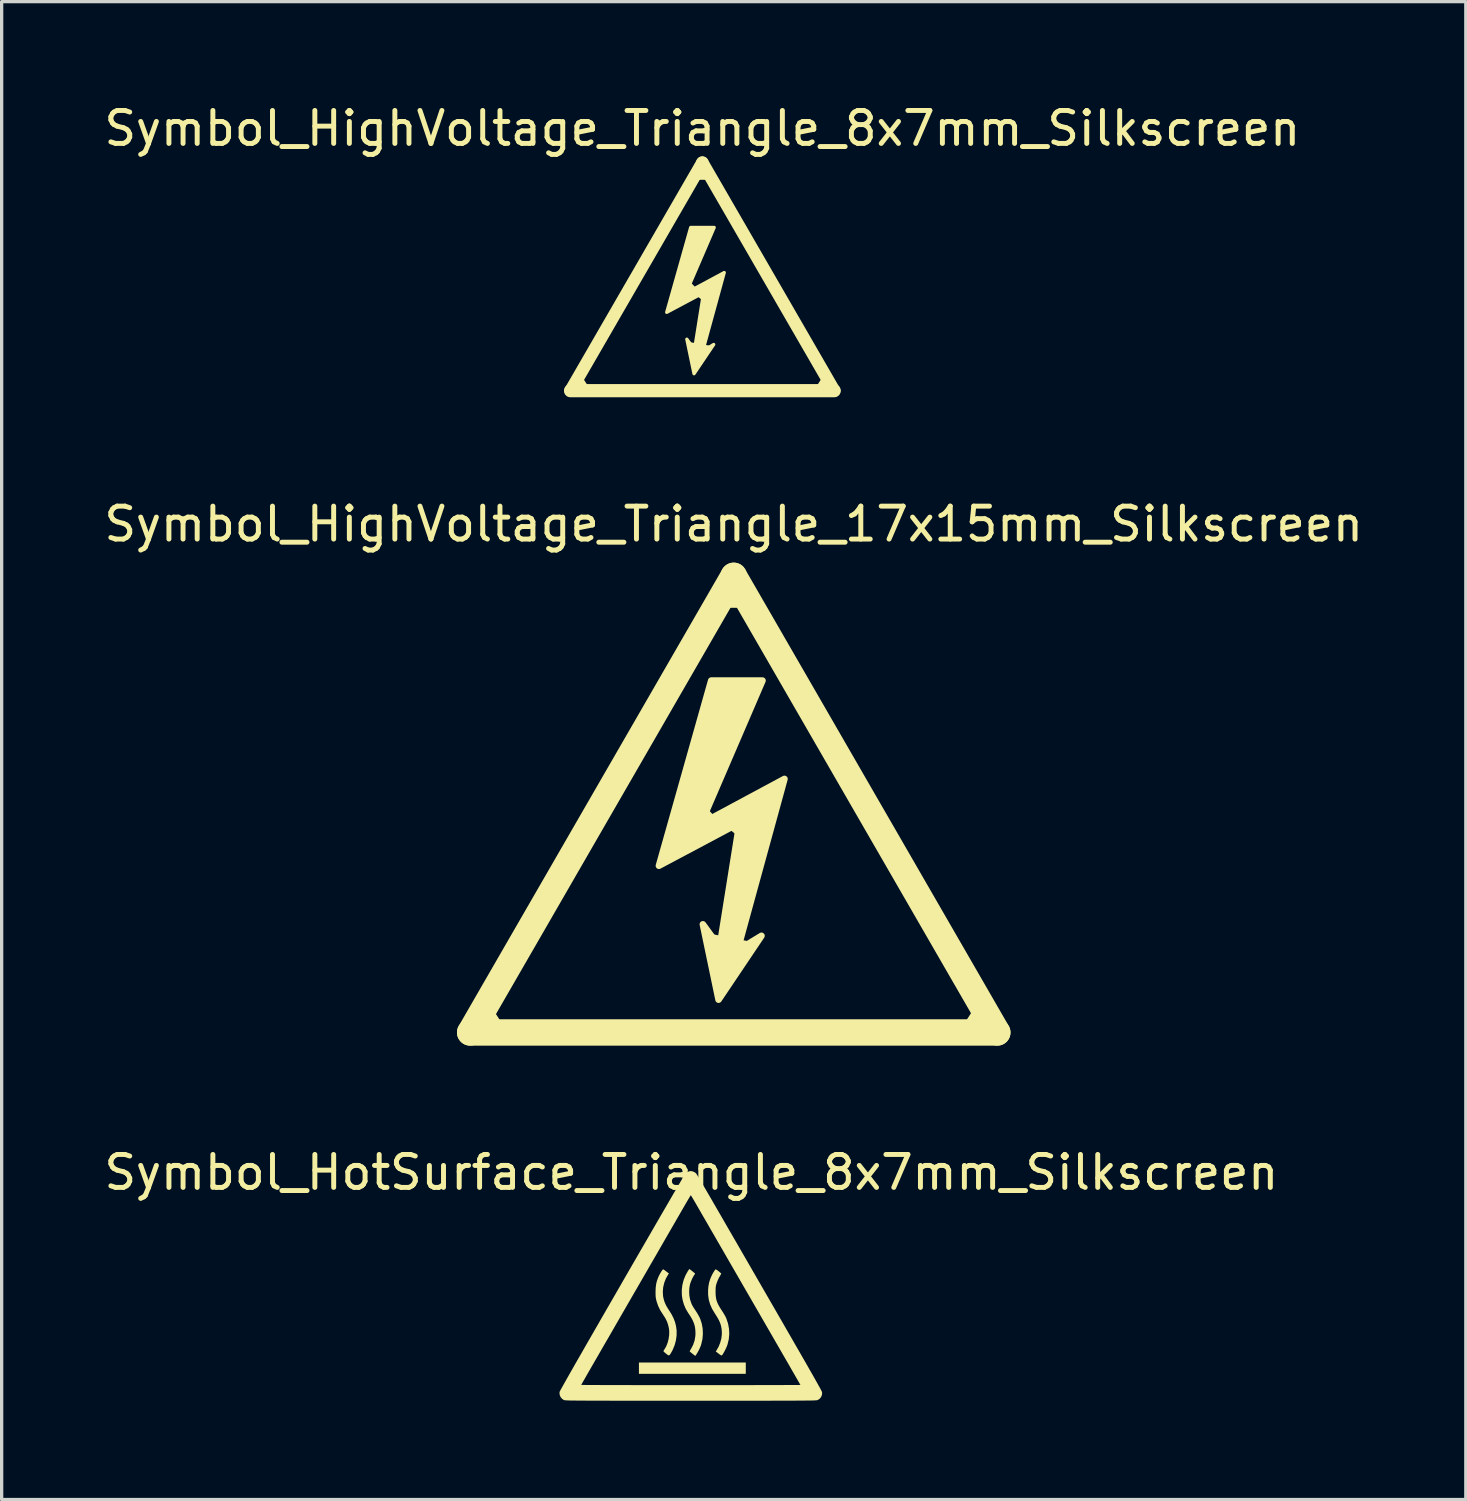
<source format=kicad_pcb>
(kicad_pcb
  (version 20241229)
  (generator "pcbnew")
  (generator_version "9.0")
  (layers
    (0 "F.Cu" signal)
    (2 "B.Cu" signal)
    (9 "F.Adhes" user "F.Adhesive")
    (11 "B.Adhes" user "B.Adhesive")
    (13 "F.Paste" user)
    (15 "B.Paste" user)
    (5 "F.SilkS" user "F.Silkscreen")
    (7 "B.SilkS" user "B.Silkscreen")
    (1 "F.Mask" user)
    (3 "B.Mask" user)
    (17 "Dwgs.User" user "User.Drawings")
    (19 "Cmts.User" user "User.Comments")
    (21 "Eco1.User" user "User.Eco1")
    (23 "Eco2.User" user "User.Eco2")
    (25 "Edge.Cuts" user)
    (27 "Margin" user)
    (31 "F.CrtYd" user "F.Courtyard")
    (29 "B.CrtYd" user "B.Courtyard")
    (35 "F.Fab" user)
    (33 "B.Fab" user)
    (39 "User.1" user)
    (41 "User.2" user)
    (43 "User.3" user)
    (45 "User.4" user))
  (footprint "Symbol_HighVoltage_Triangle_17x15mm_Silkscreen"
    (layer "F.Cu")
    (at 19.22 21.357)
    (property "Reference" "Symbol_HighVoltage_Triangle_17x15mm_Silkscreen" (at 0 -8.5 0) (layer "F.SilkS") (effects (font (size 1 1) (thickness 0.15))))
    (attr exclude_from_pos_files exclude_from_bom allow_missing_courtyard)
    (fp_line (start -8 6.93) (end 0 -6.93) (stroke (width 0.8) (type solid)) (layer "F.SilkS"))
    (fp_line (start -7.127 6.695) (end -7.393 6.285) (stroke (width 0.2) (type default)) (layer "F.SilkS"))
    (fp_line (start -0.91 0.16) (end -0.63 0.47) (stroke (width 0.2) (type default)) (layer "F.SilkS"))
    (fp_line (start -0.64 4.05) (end 0.48 4.27) (stroke (width 0.2) (type default)) (layer "F.SilkS"))
    (fp_line (start -0.63 0.47) (end -0.1 0.66) (stroke (width 0.2) (type default)) (layer "F.SilkS"))
    (fp_line (start -0.26 -6.06) (end 0.26 -6.06) (stroke (width 0.2) (type default)) (layer "F.SilkS"))
    (fp_line (start -0.1 0.66) (end 0.24 0.93) (stroke (width 0.2) (type default)) (layer "F.SilkS"))
    (fp_line (start 7.107 6.675) (end 7.373 6.265) (stroke (width 0.2) (type default)) (layer "F.SilkS"))
    (fp_line (start 8 6.93) (end -8 6.93) (stroke (width 0.8) (type solid)) (layer "F.SilkS"))
    (fp_line (start 8 6.93) (end -0.000105 -6.93) (stroke (width 0.8) (type solid)) (layer "F.SilkS"))
    (fp_poly (pts (xy -1 0.6) (xy 1.54 -0.765) (xy 0.111 4.442) (xy 0.842 3.997) (xy -0.46 5.934) (xy -0.936 3.648) (xy -0.428 4.346) (xy 0.175 0.568) (xy -2.27 1.87) (xy -0.683 -3.75) (xy 0.873 -3.75)) (stroke (width 0.2) (type solid)) (fill yes) (layer "F.SilkS")))
  (footprint "Symbol_HighVoltage_Triangle_8x7mm_Silkscreen"
    (layer "F.Cu")
    (at 18.268 5.348)
    (property "Reference" "Symbol_HighVoltage_Triangle_8x7mm_Silkscreen" (at 0 -4.5 0) (layer "F.SilkS") (effects (font (size 1 1) (thickness 0.15))))
    (attr exclude_from_pos_files exclude_from_bom allow_missing_courtyard)
    (fp_line (start -4 3.46) (end -0.000048 -3.46) (stroke (width 0.381) (type solid)) (layer "F.SilkS"))
    (fp_line (start -3.51 3.44) (end -3.776 3.031) (stroke (width 0.2) (type default)) (layer "F.SilkS"))
    (fp_line (start -0.45 0.215) (end -0.24 0.44) (stroke (width 0.2) (type default)) (layer "F.SilkS"))
    (fp_line (start -0.34 2.095) (end 0.17 2.185) (stroke (width 0.2) (type default)) (layer "F.SilkS"))
    (fp_line (start -0.15 -3.04) (end 0.16 -3.04) (stroke (width 0.2) (type default)) (layer "F.SilkS"))
    (fp_line (start -0.133 0.479) (end 0.113 0.681) (stroke (width 0.2) (type default)) (layer "F.SilkS"))
    (fp_line (start 0 -3.46) (end 4 3.46) (stroke (width 0.381) (type solid)) (layer "F.SilkS"))
    (fp_line (start 3.51 3.44) (end 3.776 3.031) (stroke (width 0.2) (type default)) (layer "F.SilkS"))
    (fp_line (start 4 3.46) (end -4 3.46) (stroke (width 0.4) (type solid)) (layer "F.SilkS"))
    (fp_poly (pts (xy -0.5 0.5) (xy 0.664 -0.126) (xy 0.009 2.261) (xy 0.344 2.057) (xy -0.253 2.945) (xy -0.471 1.897) (xy -0.238 2.217) (xy 0.038 0.485) (xy -1.082 1.082) (xy -0.354 -1.494) (xy 0.359 -1.494)) (stroke (width 0.1) (type solid)) (fill yes) (layer "F.SilkS")))
  (footprint "Symbol_HotSurface_Triangle_8x7mm_Silkscreen"
    (layer "F.Cu")
    (at 17.935 37.035)
    (property "Reference" "Symbol_HotSurface_Triangle_8x7mm_Silkscreen" (at 0 -4.5 0) (layer "F.SilkS") (effects (font (size 1 1) (thickness 0.15))))
    (attr exclude_from_pos_files exclude_from_bom allow_missing_courtyard)
    (fp_poly (pts (xy 1.651 1.442) (xy 1.651 1.613) (xy 0.029 1.613) (xy -1.592 1.613) (xy -1.592 1.442) (xy -1.592 1.27) (xy 0.029 1.27) (xy 1.651 1.27)) (stroke (width 0) (type solid)) (fill yes) (layer "F.SilkS"))
    (fp_poly (pts (xy 0.025 -1.503) (xy 0.063 -1.473) (xy 0.092 -1.448) (xy 0.11 -1.431) (xy 0.112 -1.428) (xy 0.106 -1.414) (xy 0.09 -1.392) (xy 0.063 -1.35) (xy 0.032 -1.292) (xy 0.002 -1.226) (xy -0.024 -1.159) (xy -0.043 -1.1) (xy -0.043 -1.099) (xy -0.062 -0.992) (xy -0.068 -0.875) (xy -0.061 -0.757) (xy -0.041 -0.648) (xy -0.036 -0.632) (xy -0.019 -0.577) (xy -0.003 -0.531) (xy 0.016 -0.487) (xy 0.04 -0.442) (xy 0.072 -0.389) (xy 0.114 -0.324) (xy 0.136 -0.292) (xy 0.174 -0.232) (xy 0.211 -0.168) (xy 0.243 -0.109) (xy 0.265 -0.062) (xy 0.266 -0.061) (xy 0.314 0.085) (xy 0.342 0.239) (xy 0.349 0.397) (xy 0.336 0.556) (xy 0.301 0.71) (xy 0.285 0.761) (xy 0.26 0.822) (xy 0.228 0.891) (xy 0.192 0.958) (xy 0.156 1.017) (xy 0.138 1.043) (xy 0.117 1.07) (xy 0.032 1.003) (xy -0.005 0.973) (xy -0.035 0.949) (xy -0.051 0.933) (xy -0.053 0.93) (xy -0.047 0.917) (xy -0.032 0.891) (xy -0.019 0.869) (xy 0.05 0.74) (xy 0.097 0.604) (xy 0.121 0.46) (xy 0.124 0.377) (xy 0.119 0.273) (xy 0.105 0.176) (xy 0.079 0.084) (xy 0.04 -0.01) (xy -0.014 -0.108) (xy -0.084 -0.216) (xy -0.1 -0.239) (xy -0.172 -0.36) (xy -0.229 -0.495) (xy -0.269 -0.639) (xy -0.289 -0.769) (xy -0.292 -0.926) (xy -0.274 -1.083) (xy -0.235 -1.237) (xy -0.176 -1.382) (xy -0.107 -1.505) (xy -0.063 -1.57)) (stroke (width 0) (type solid)) (fill yes) (layer "F.SilkS"))
    (fp_poly (pts (xy -0.843 -1.552) (xy -0.815 -1.534) (xy -0.779 -1.507) (xy -0.764 -1.495) (xy -0.683 -1.432) (xy -0.706 -1.398) (xy -0.774 -1.279) (xy -0.824 -1.149) (xy -0.856 -1.015) (xy -0.868 -0.879) (xy -0.86 -0.747) (xy -0.853 -0.708) (xy -0.831 -0.617) (xy -0.802 -0.535) (xy -0.763 -0.453) (xy -0.711 -0.365) (xy -0.683 -0.322) (xy -0.602 -0.194) (xy -0.541 -0.073) (xy -0.496 0.045) (xy -0.466 0.165) (xy -0.449 0.291) (xy -0.448 0.304) (xy -0.449 0.451) (xy -0.47 0.601) (xy -0.51 0.748) (xy -0.567 0.885) (xy -0.592 0.933) (xy -0.625 0.99) (xy -0.649 1.028) (xy -0.669 1.048) (xy -0.689 1.053) (xy -0.713 1.044) (xy -0.744 1.022) (xy -0.769 1.001) (xy -0.806 0.971) (xy -0.833 0.945) (xy -0.848 0.927) (xy -0.849 0.923) (xy -0.84 0.905) (xy -0.823 0.88) (xy -0.822 0.878) (xy -0.766 0.783) (xy -0.722 0.672) (xy -0.691 0.552) (xy -0.674 0.43) (xy -0.673 0.311) (xy -0.681 0.24) (xy -0.706 0.127) (xy -0.742 0.023) (xy -0.794 -0.08) (xy -0.863 -0.187) (xy -0.871 -0.198) (xy -0.946 -0.317) (xy -1.009 -0.448) (xy -1.055 -0.582) (xy -1.056 -0.586) (xy -1.069 -0.637) (xy -1.078 -0.682) (xy -1.084 -0.728) (xy -1.087 -0.781) (xy -1.088 -0.849) (xy -1.088 -0.872) (xy -1.084 -0.995) (xy -1.071 -1.103) (xy -1.048 -1.202) (xy -1.012 -1.301) (xy -0.995 -1.341) (xy -0.968 -1.395) (xy -0.94 -1.447) (xy -0.911 -1.494) (xy -0.886 -1.531) (xy -0.866 -1.554) (xy -0.858 -1.559)) (stroke (width 0) (type solid)) (fill yes) (layer "F.SilkS"))
    (fp_poly (pts (xy 0.755 -1.552) (xy 0.782 -1.534) (xy 0.815 -1.509) (xy 0.849 -1.482) (xy 0.879 -1.456) (xy 0.9 -1.437) (xy 0.905 -1.428) (xy 0.899 -1.414) (xy 0.884 -1.386) (xy 0.862 -1.349) (xy 0.859 -1.343) (xy 0.833 -1.297) (xy 0.806 -1.239) (xy 0.781 -1.178) (xy 0.773 -1.156) (xy 0.757 -1.108) (xy 0.747 -1.069) (xy 0.74 -1.032) (xy 0.736 -0.99) (xy 0.735 -0.937) (xy 0.734 -0.884) (xy 0.736 -0.788) (xy 0.745 -0.704) (xy 0.76 -0.627) (xy 0.785 -0.553) (xy 0.821 -0.476) (xy 0.87 -0.391) (xy 0.932 -0.294) (xy 0.936 -0.289) (xy 0.973 -0.231) (xy 1.009 -0.17) (xy 1.04 -0.113) (xy 1.059 -0.072) (xy 1.112 0.085) (xy 1.142 0.246) (xy 1.15 0.407) (xy 1.134 0.568) (xy 1.095 0.727) (xy 1.092 0.735) (xy 1.072 0.788) (xy 1.046 0.848) (xy 1.015 0.909) (xy 0.984 0.967) (xy 0.955 1.015) (xy 0.931 1.047) (xy 0.925 1.053) (xy 0.914 1.056) (xy 0.894 1.048) (xy 0.862 1.028) (xy 0.826 1) (xy 0.74 0.934) (xy 0.765 0.898) (xy 0.826 0.79) (xy 0.874 0.67) (xy 0.908 0.545) (xy 0.924 0.421) (xy 0.924 0.329) (xy 0.915 0.236) (xy 0.898 0.151) (xy 0.872 0.069) (xy 0.835 -0.014) (xy 0.785 -0.104) (xy 0.721 -0.206) (xy 0.711 -0.22) (xy 0.628 -0.36) (xy 0.567 -0.498) (xy 0.527 -0.639) (xy 0.508 -0.786) (xy 0.507 -0.92) (xy 0.517 -1.045) (xy 0.538 -1.157) (xy 0.571 -1.264) (xy 0.609 -1.354) (xy 0.638 -1.413) (xy 0.668 -1.466) (xy 0.696 -1.511) (xy 0.72 -1.543) (xy 0.737 -1.558) (xy 0.74 -1.559)) (stroke (width 0) (type solid)) (fill yes) (layer "F.SilkS"))
    (fp_poly (pts (xy 0.034 -4.532) (xy 0.089 -4.51) (xy 0.135 -4.478) (xy 0.145 -4.469) (xy 0.154 -4.454) (xy 0.175 -4.421) (xy 0.206 -4.37) (xy 0.246 -4.303) (xy 0.293 -4.222) (xy 0.348 -4.129) (xy 0.41 -4.024) (xy 0.476 -3.91) (xy 0.547 -3.788) (xy 0.622 -3.66) (xy 0.666 -3.582) (xy 0.904 -3.172) (xy 1.129 -2.781) (xy 1.344 -2.41) (xy 1.547 -2.058) (xy 1.74 -1.724) (xy 1.922 -1.408) (xy 2.094 -1.11) (xy 2.256 -0.829) (xy 2.409 -0.564) (xy 2.553 -0.315) (xy 2.687 -0.082) (xy 2.813 0.136) (xy 2.93 0.34) (xy 3.039 0.529) (xy 3.141 0.706) (xy 3.235 0.869) (xy 3.321 1.019) (xy 3.401 1.158) (xy 3.474 1.285) (xy 3.54 1.401) (xy 3.6 1.507) (xy 3.655 1.602) (xy 3.704 1.688) (xy 3.748 1.766) (xy 3.786 1.834) (xy 3.82 1.895) (xy 3.85 1.948) (xy 3.875 1.994) (xy 3.897 2.033) (xy 3.915 2.066) (xy 3.93 2.094) (xy 3.942 2.117) (xy 3.951 2.136) (xy 3.958 2.15) (xy 3.962 2.161) (xy 3.965 2.168) (xy 3.967 2.174) (xy 3.967 2.174) (xy 3.965 2.243) (xy 3.942 2.308) (xy 3.901 2.363) (xy 3.843 2.404) (xy 3.835 2.408) (xy 3.83 2.41) (xy 3.824 2.412) (xy 3.815 2.413) (xy 3.803 2.415) (xy 3.788 2.417) (xy 3.768 2.418) (xy 3.743 2.419) (xy 3.712 2.421) (xy 3.674 2.422) (xy 3.629 2.423) (xy 3.575 2.424) (xy 3.512 2.424) (xy 3.439 2.425) (xy 3.356 2.426) (xy 3.261 2.426) (xy 3.154 2.427) (xy 3.034 2.427) (xy 2.9 2.428) (xy 2.752 2.428) (xy 2.588 2.428) (xy 2.409 2.429) (xy 2.212 2.429) (xy 1.998 2.429) (xy 1.766 2.429) (xy 1.515 2.429) (xy 1.243 2.429) (xy 0.951 2.429) (xy 0.638 2.429) (xy 0.302 2.429) (xy -0.018 2.429) (xy -0.374 2.429) (xy -0.707 2.429) (xy -1.019 2.429) (xy -1.308 2.429) (xy -1.578 2.429) (xy -1.827 2.429) (xy -2.058 2.429) (xy -2.27 2.429) (xy -2.464 2.429) (xy -2.642 2.428) (xy -2.804 2.428) (xy -2.951 2.428) (xy -3.083 2.427) (xy -3.202 2.427) (xy -3.307 2.426) (xy -3.401 2.426) (xy -3.483 2.425) (xy -3.555 2.424) (xy -3.617 2.423) (xy -3.67 2.423) (xy -3.714 2.422) (xy -3.751 2.42) (xy -3.782 2.419) (xy -3.806 2.418) (xy -3.826 2.416) (xy -3.841 2.415) (xy -3.852 2.413) (xy -3.86 2.411) (xy -3.866 2.41) (xy -3.871 2.408) (xy -3.929 2.369) (xy -3.972 2.315) (xy -3.998 2.251) (xy -4.003 2.181) (xy -4.001 2.165) (xy -3.996 2.152) (xy -3.981 2.122) (xy -3.956 2.076) (xy -3.921 2.013) (xy -3.886 1.95) (xy -3.344 1.95) (xy -3.332 1.95) (xy -3.298 1.951) (xy -3.242 1.951) (xy -3.164 1.952) (xy -3.068 1.952) (xy -2.952 1.953) (xy -2.818 1.953) (xy -2.667 1.954) (xy -2.5 1.954) (xy -2.318 1.955) (xy -2.121 1.955) (xy -1.912 1.955) (xy -1.69 1.956) (xy -1.456 1.956) (xy -1.212 1.956) (xy -0.959 1.956) (xy -0.697 1.956) (xy -0.428 1.956) (xy -0.152 1.956) (xy -0.018 1.956) (xy 0.261 1.956) (xy 0.534 1.956) (xy 0.799 1.956) (xy 1.057 1.956) (xy 1.305 1.956) (xy 1.544 1.956) (xy 1.772 1.956) (xy 1.987 1.955) (xy 2.19 1.955) (xy 2.379 1.955) (xy 2.553 1.954) (xy 2.712 1.954) (xy 2.854 1.953) (xy 2.979 1.953) (xy 3.085 1.953) (xy 3.172 1.952) (xy 3.238 1.952) (xy 3.283 1.951) (xy 3.305 1.951) (xy 3.308 1.95) (xy 3.307 1.947) (xy 3.302 1.939) (xy 3.295 1.926) (xy 3.283 1.906) (xy 3.268 1.879) (xy 3.249 1.845) (xy 3.225 1.803) (xy 3.196 1.753) (xy 3.162 1.694) (xy 3.123 1.626) (xy 3.078 1.548) (xy 3.027 1.459) (xy 2.97 1.359) (xy 2.906 1.248) (xy 2.835 1.125) (xy 2.756 0.989) (xy 2.671 0.84) (xy 2.577 0.678) (xy 2.475 0.501) (xy 2.365 0.31) (xy 2.245 0.103) (xy 2.117 -0.119) (xy 1.979 -0.358) (xy 1.832 -0.613) (xy 1.674 -0.886) (xy 1.506 -1.177) (xy 1.328 -1.486) (xy 1.138 -1.814) (xy 0.938 -2.162) (xy 0.746 -2.494) (xy 0.675 -2.618) (xy 0.6 -2.746) (xy 0.525 -2.877) (xy 0.451 -3.005) (xy 0.38 -3.128) (xy 0.314 -3.241) (xy 0.256 -3.343) (xy 0.206 -3.429) (xy 0.191 -3.455) (xy 0.143 -3.538) (xy 0.099 -3.614) (xy 0.06 -3.681) (xy 0.027 -3.736) (xy 0.002 -3.777) (xy -0.013 -3.801) (xy -0.018 -3.808) (xy -0.025 -3.798) (xy -0.043 -3.769) (xy -0.07 -3.725) (xy -0.105 -3.666) (xy -0.146 -3.596) (xy -0.193 -3.515) (xy -0.244 -3.427) (xy -0.269 -3.384) (xy -0.322 -3.292) (xy -0.387 -3.179) (xy -0.464 -3.046) (xy -0.551 -2.894) (xy -0.65 -2.724) (xy -0.759 -2.535) (xy -0.879 -2.327) (xy -1.008 -2.102) (xy -1.148 -1.86) (xy -1.298 -1.601) (xy -1.457 -1.325) (xy -1.625 -1.034) (xy -1.803 -0.727) (xy -1.989 -0.404) (xy -2.184 -0.067) (xy -2.231 0.015) (xy -2.318 0.166) (xy -2.407 0.321) (xy -2.498 0.479) (xy -2.589 0.636) (xy -2.678 0.789) (xy -2.763 0.937) (xy -2.843 1.076) (xy -2.917 1.203) (xy -2.982 1.317) (xy -3.038 1.413) (xy -3.052 1.438) (xy -3.11 1.538) (xy -3.163 1.631) (xy -3.212 1.717) (xy -3.255 1.792) (xy -3.291 1.854) (xy -3.318 1.903) (xy -3.336 1.935) (xy -3.344 1.949) (xy -3.344 1.95) (xy -3.886 1.95) (xy -3.876 1.932) (xy -3.821 1.835) (xy -3.756 1.72) (xy -3.681 1.587) (xy -3.595 1.436) (xy -3.499 1.267) (xy -3.391 1.08) (xy -3.273 0.874) (xy -3.144 0.649) (xy -3.004 0.405) (xy -2.852 0.142) (xy -2.69 -0.141) (xy -2.515 -0.444) (xy -2.329 -0.766) (xy -2.131 -1.109) (xy -2.105 -1.156) (xy -1.956 -1.414) (xy -1.81 -1.667) (xy -1.667 -1.914) (xy -1.528 -2.154) (xy -1.393 -2.387) (xy -1.263 -2.612) (xy -1.138 -2.828) (xy -1.019 -3.034) (xy -0.906 -3.229) (xy -0.799 -3.413) (xy -0.699 -3.585) (xy -0.607 -3.744) (xy -0.523 -3.889) (xy -0.446 -4.019) (xy -0.379 -4.135) (xy -0.321 -4.234) (xy -0.273 -4.317) (xy -0.234 -4.382) (xy -0.206 -4.428) (xy -0.19 -4.456) (xy -0.185 -4.463) (xy -0.14 -4.5) (xy -0.084 -4.528) (xy -0.028 -4.541) (xy -0.018 -4.541)) (stroke (width 0) (type solid)) (fill yes) (layer "F.SilkS")))
  (gr_rect
    (start -3 -3)
    (end 41.44 42.464)
    (stroke (width 0.1) (type default))
    (fill no)
    (layer "Edge.Cuts")))
</source>
